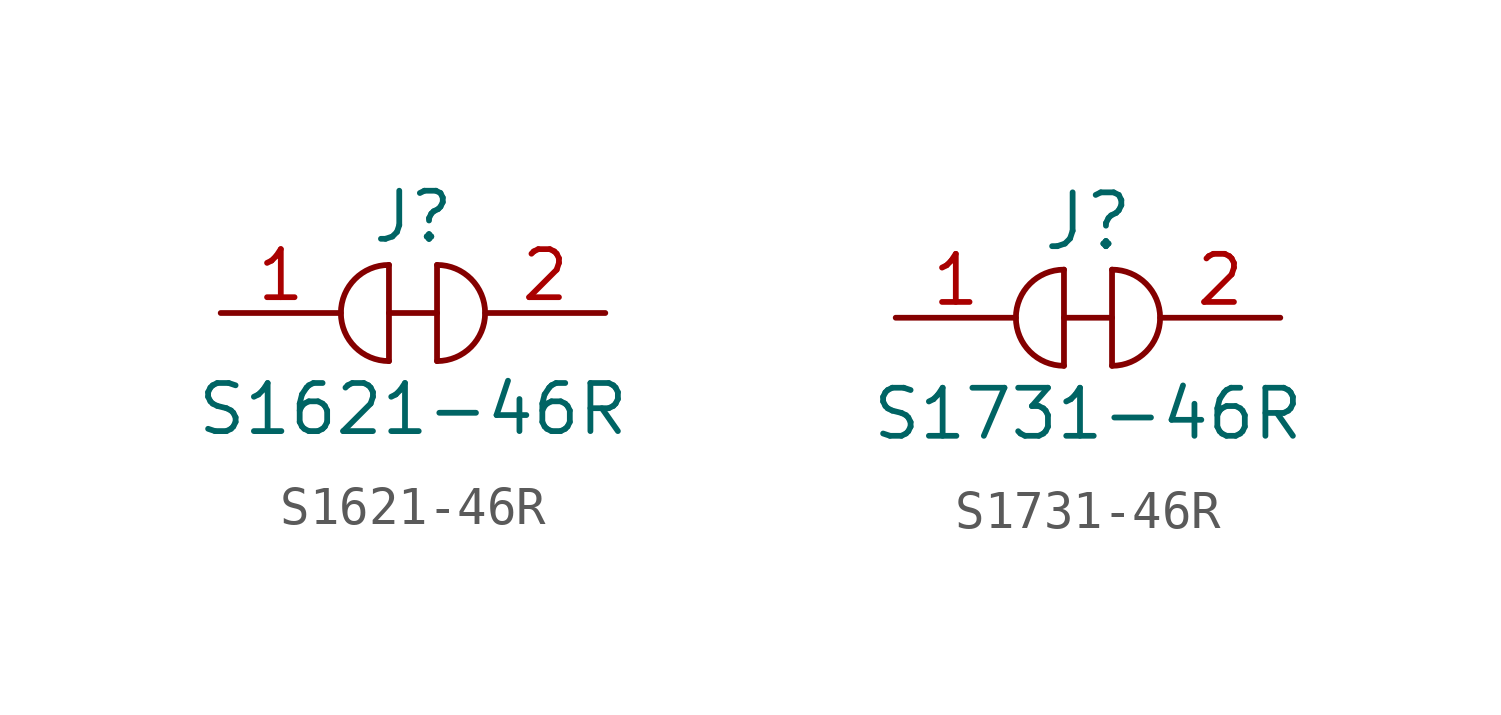
<source format=kicad_sym>
(kicad_symbol_lib
  (version 20201005)
  (generator kicad_symbol_editor)
  (symbol "S1621-46R"
    (pin_names
      (offset 1.016))
    (property "Reference" "J"
      (at 0 2.54 0)
      (effects (font (size 1.27 1.27))))
    (property "Value" "S1621-46R"
      (at 0 -2.54 0)
      (effects (font (size 1.27 1.27))))
    (symbol "S1621-46R_1_1"
      (arc (start -0.635 1.27) (end -0.635 -1.27) (radius (at -0.635 0) (length 1.27) (angles 90.1 -90.1)) (stroke (width 0)) (fill (type none)))
      (arc (start 0.635 -1.27) (end 0.635 1.27) (radius (at 0.635 0) (length 1.27) (angles -89.9 89.9)) (stroke (width 0)) (fill (type none)))
      (polyline (pts (xy -0.635 0) (xy 0.635 0)) (stroke (width 0)) (fill (type none)))
      (polyline (pts (xy -0.635 1.27) (xy -0.635 -1.27)) (stroke (width 0)) (fill (type none)))
      (polyline (pts (xy 0.635 1.27) (xy 0.635 -1.27)) (stroke (width 0)) (fill (type none)))
      (pin passive line (at -5.08 0 0) (length 3.175) (name "~" (effects (font (size 1.27 1.27)))) (number "1" (effects (font (size 1.27 1.27)))))
      (pin passive line (at 5.08 0 180) (length 3.175) (name "~" (effects (font (size 1.27 1.27)))) (number "2" (effects (font (size 1.27 1.27)))))))
  (symbol "S1731-46R"
    (pin_names
      (offset 1.016))
    (property "Reference" "J"
      (at 0 2.54 0)
      (effects (font (size 1.422 1.422))))
    (property "Value" "S1731-46R"
      (at 0 -2.54 0)
      (effects (font (size 1.27 1.27))))
    (symbol "S1731-46R_1_1"
      (arc (start -0.635 1.27) (end -0.635 -1.27) (radius (at -0.635 0) (length 1.27) (angles 90.1 -90.1)) (stroke (width 0)) (fill (type none)))
      (arc (start 0.635 -1.27) (end 0.635 1.27) (radius (at 0.635 0) (length 1.27) (angles -89.9 89.9)) (stroke (width 0)) (fill (type none)))
      (polyline (pts (xy -0.635 0) (xy 0.635 0)) (stroke (width 0)) (fill (type none)))
      (polyline (pts (xy -0.635 1.27) (xy -0.635 -1.27)) (stroke (width 0)) (fill (type none)))
      (polyline (pts (xy 0.635 1.27) (xy 0.635 -1.27)) (stroke (width 0)) (fill (type none)))
      (pin passive line (at -5.08 0 0) (length 3.175) (name "~" (effects (font (size 1.27 1.27)))) (number "1" (effects (font (size 1.27 1.27)))))
      (pin passive line (at 5.08 0 180) (length 3.175) (name "~" (effects (font (size 1.27 1.27)))) (number "2" (effects (font (size 1.27 1.27))))))))
</source>
